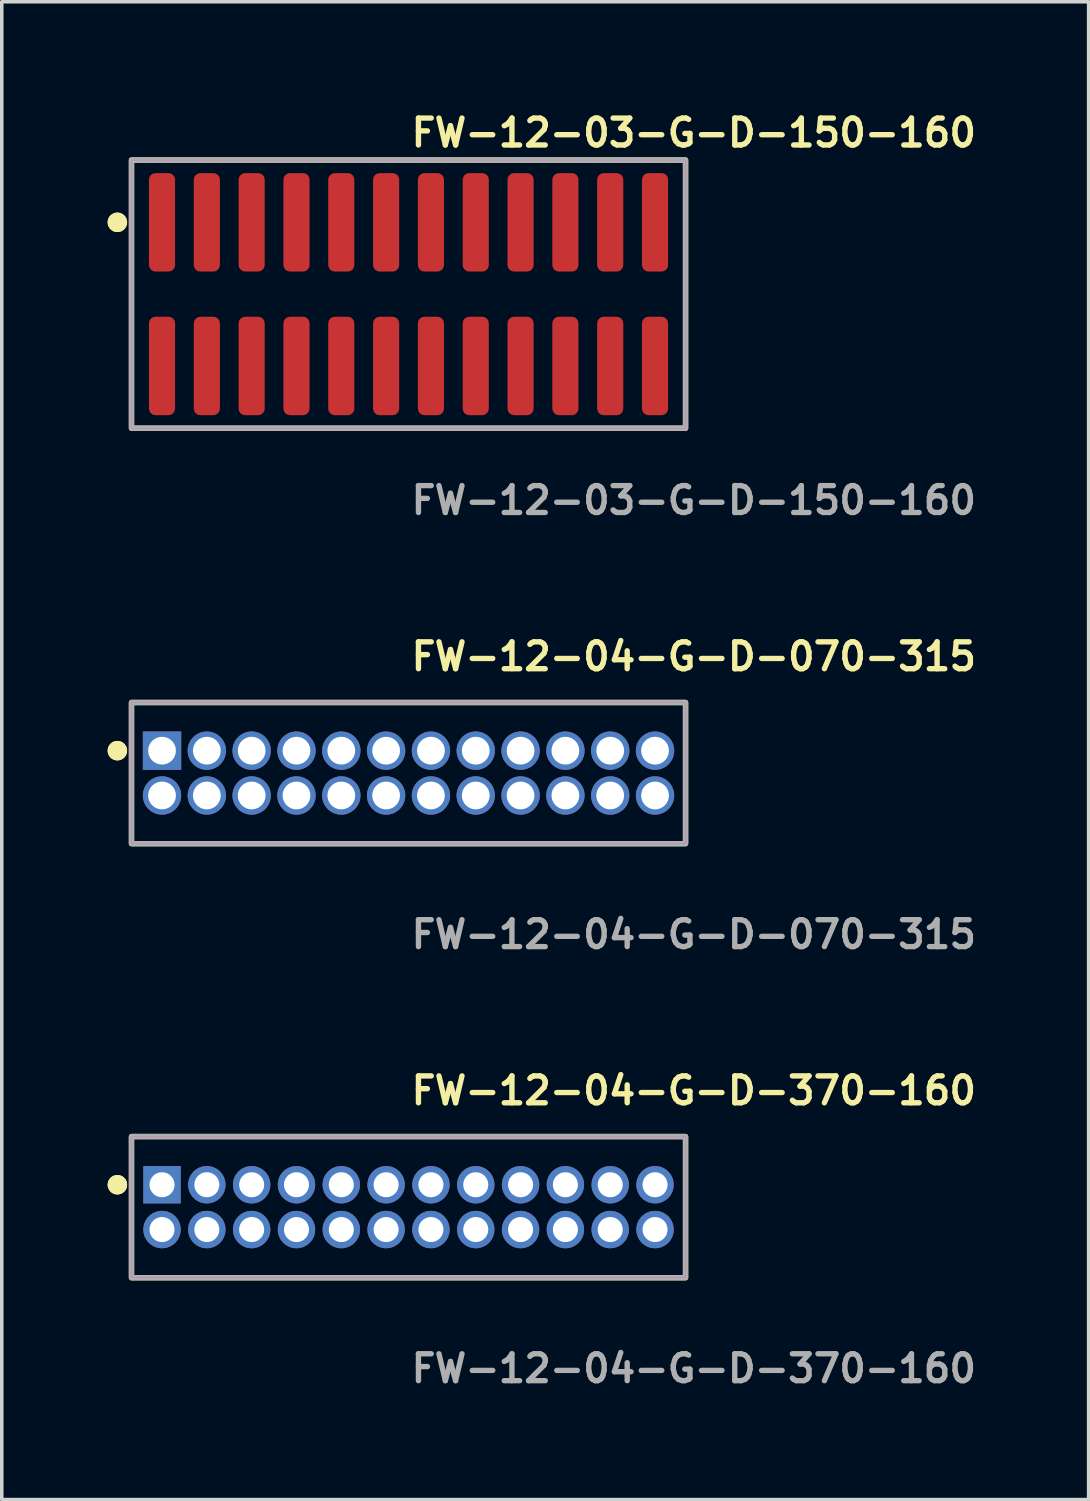
<source format=kicad_pcb>
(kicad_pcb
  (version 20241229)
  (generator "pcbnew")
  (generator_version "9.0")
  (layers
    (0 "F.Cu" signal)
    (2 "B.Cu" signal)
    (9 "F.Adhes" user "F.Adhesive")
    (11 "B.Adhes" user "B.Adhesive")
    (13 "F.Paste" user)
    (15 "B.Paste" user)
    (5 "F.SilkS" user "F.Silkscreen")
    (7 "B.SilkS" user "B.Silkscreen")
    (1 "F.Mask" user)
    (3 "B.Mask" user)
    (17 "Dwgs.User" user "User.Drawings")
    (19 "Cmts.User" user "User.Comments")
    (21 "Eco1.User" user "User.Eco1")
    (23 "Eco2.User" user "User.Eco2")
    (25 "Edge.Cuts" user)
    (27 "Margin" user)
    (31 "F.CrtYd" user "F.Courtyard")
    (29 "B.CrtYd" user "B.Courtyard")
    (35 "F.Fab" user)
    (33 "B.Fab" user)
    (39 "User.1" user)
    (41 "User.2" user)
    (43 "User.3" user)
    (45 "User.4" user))
  (footprint "FW-12-04-G-D-070-315"
    (layer "F.Cu")
    (at 8.526 18.856)
    (property "Reference" "FW-12-04-G-D-070-315" (at 0 -3.302 0) (unlocked yes) (layer "F.SilkS") (effects (font (size 0.762 0.762) (thickness 0.152)) (justify left)))
    (fp_rect (start -7.85 2) (end 7.85 -2) (stroke (width 0.152) (type solid)) (fill no) (layer "F.SilkS"))
    (fp_circle (center -8.25 -0.635) (end -8.45 -0.635) (stroke (width 0.152) (type solid)) (fill yes) (layer "F.SilkS"))
    (fp_circle (center -8.25 -0.635) (end -8.45 -0.635) (stroke (width 0.152) (type solid)) (fill yes) (layer "F.SilkS"))
    (fp_rect (start -7.85 2) (end 7.85 -2) (stroke (width 0.006) (type solid)) (fill no) (layer "F.CrtYd"))
    (fp_rect (start -7.85 2) (end 7.85 -2) (stroke (width 0.152) (type solid)) (fill no) (layer "F.Fab"))
    (fp_text user "${REFERENCE}" (at 0 4.572 0) (unlocked yes) (layer "F.Fab") (effects (font (size 0.762 0.762) (thickness 0.152)) (justify left)))
    (pad "1" thru_hole rect (at -6.985 -0.635) (size 1.087 1.087) (drill 0.787) (layers "*.Cu" "*.Mask"))
    (pad "2" thru_hole circle (at -6.985 0.635) (size 1.087 1.087) (drill 0.787) (layers "*.Cu" "*.Mask"))
    (pad "3" thru_hole circle (at -5.715 -0.635) (size 1.087 1.087) (drill 0.787) (layers "*.Cu" "*.Mask"))
    (pad "4" thru_hole circle (at -5.715 0.635) (size 1.087 1.087) (drill 0.787) (layers "*.Cu" "*.Mask"))
    (pad "5" thru_hole circle (at -4.445 -0.635) (size 1.087 1.087) (drill 0.787) (layers "*.Cu" "*.Mask"))
    (pad "6" thru_hole circle (at -4.445 0.635) (size 1.087 1.087) (drill 0.787) (layers "*.Cu" "*.Mask"))
    (pad "7" thru_hole circle (at -3.175 -0.635) (size 1.087 1.087) (drill 0.787) (layers "*.Cu" "*.Mask"))
    (pad "8" thru_hole circle (at -3.175 0.635) (size 1.087 1.087) (drill 0.787) (layers "*.Cu" "*.Mask"))
    (pad "9" thru_hole circle (at -1.905 -0.635) (size 1.087 1.087) (drill 0.787) (layers "*.Cu" "*.Mask"))
    (pad "10" thru_hole circle (at -1.905 0.635) (size 1.087 1.087) (drill 0.787) (layers "*.Cu" "*.Mask"))
    (pad "11" thru_hole circle (at -0.635 -0.635) (size 1.087 1.087) (drill 0.787) (layers "*.Cu" "*.Mask"))
    (pad "12" thru_hole circle (at -0.635 0.635) (size 1.087 1.087) (drill 0.787) (layers "*.Cu" "*.Mask"))
    (pad "13" thru_hole circle (at 0.635 -0.635) (size 1.087 1.087) (drill 0.787) (layers "*.Cu" "*.Mask"))
    (pad "14" thru_hole circle (at 0.635 0.635) (size 1.087 1.087) (drill 0.787) (layers "*.Cu" "*.Mask"))
    (pad "15" thru_hole circle (at 1.905 -0.635) (size 1.087 1.087) (drill 0.787) (layers "*.Cu" "*.Mask"))
    (pad "16" thru_hole circle (at 1.905 0.635) (size 1.087 1.087) (drill 0.787) (layers "*.Cu" "*.Mask"))
    (pad "17" thru_hole circle (at 3.175 -0.635) (size 1.087 1.087) (drill 0.787) (layers "*.Cu" "*.Mask"))
    (pad "18" thru_hole circle (at 3.175 0.635) (size 1.087 1.087) (drill 0.787) (layers "*.Cu" "*.Mask"))
    (pad "19" thru_hole circle (at 4.445 -0.635) (size 1.087 1.087) (drill 0.787) (layers "*.Cu" "*.Mask"))
    (pad "20" thru_hole circle (at 4.445 0.635) (size 1.087 1.087) (drill 0.787) (layers "*.Cu" "*.Mask"))
    (pad "21" thru_hole circle (at 5.715 -0.635) (size 1.087 1.087) (drill 0.787) (layers "*.Cu" "*.Mask"))
    (pad "22" thru_hole circle (at 5.715 0.635) (size 1.087 1.087) (drill 0.787) (layers "*.Cu" "*.Mask"))
    (pad "23" thru_hole circle (at 6.985 -0.635) (size 1.087 1.087) (drill 0.787) (layers "*.Cu" "*.Mask"))
    (pad "24" thru_hole circle (at 6.985 0.635) (size 1.087 1.087) (drill 0.787) (layers "*.Cu" "*.Mask")))
  (footprint "FW-12-03-G-D-150-160"
    (layer "F.Cu")
    (at 8.526 5.285)
    (property "Reference" "FW-12-03-G-D-150-160" (at 0 -4.572 0) (unlocked yes) (layer "F.SilkS") (effects (font (size 0.762 0.762) (thickness 0.152)) (justify left)))
    (fp_rect (start -7.85 3.8) (end 7.85 -3.8) (stroke (width 0.152) (type solid)) (fill no) (layer "F.SilkS"))
    (fp_circle (center -8.25 -2.035) (end -8.45 -2.035) (stroke (width 0.152) (type solid)) (fill yes) (layer "F.SilkS"))
    (fp_circle (center -8.25 -2.035) (end -8.45 -2.035) (stroke (width 0.152) (type solid)) (fill yes) (layer "F.SilkS"))
    (fp_rect (start -7.85 3.8) (end 7.85 -3.8) (stroke (width 0.006) (type solid)) (fill no) (layer "F.CrtYd"))
    (fp_rect (start -7.85 3.8) (end 7.85 -3.8) (stroke (width 0.152) (type solid)) (fill no) (layer "F.Fab"))
    (fp_text user "${REFERENCE}" (at 0 5.842 0) (unlocked yes) (layer "F.Fab") (effects (font (size 0.762 0.762) (thickness 0.152)) (justify left)))
    (pad "1" smd roundrect (at -6.985 -2.035) (size 0.74 2.79) (layers "F.Cu" "F.Paste") (roundrect_rratio 0.25))
    (pad "2" smd roundrect (at -6.985 2.035) (size 0.74 2.79) (layers "F.Cu" "F.Paste") (roundrect_rratio 0.25))
    (pad "3" smd roundrect (at -5.715 -2.035) (size 0.74 2.79) (layers "F.Cu" "F.Paste") (roundrect_rratio 0.25))
    (pad "4" smd roundrect (at -5.715 2.035) (size 0.74 2.79) (layers "F.Cu" "F.Paste") (roundrect_rratio 0.25))
    (pad "5" smd roundrect (at -4.445 -2.035) (size 0.74 2.79) (layers "F.Cu" "F.Paste") (roundrect_rratio 0.25))
    (pad "6" smd roundrect (at -4.445 2.035) (size 0.74 2.79) (layers "F.Cu" "F.Paste") (roundrect_rratio 0.25))
    (pad "7" smd roundrect (at -3.175 -2.035) (size 0.74 2.79) (layers "F.Cu" "F.Paste") (roundrect_rratio 0.25))
    (pad "8" smd roundrect (at -3.175 2.035) (size 0.74 2.79) (layers "F.Cu" "F.Paste") (roundrect_rratio 0.25))
    (pad "9" smd roundrect (at -1.905 -2.035) (size 0.74 2.79) (layers "F.Cu" "F.Paste") (roundrect_rratio 0.25))
    (pad "10" smd roundrect (at -1.905 2.035) (size 0.74 2.79) (layers "F.Cu" "F.Paste") (roundrect_rratio 0.25))
    (pad "11" smd roundrect (at -0.635 -2.035) (size 0.74 2.79) (layers "F.Cu" "F.Paste") (roundrect_rratio 0.25))
    (pad "12" smd roundrect (at -0.635 2.035) (size 0.74 2.79) (layers "F.Cu" "F.Paste") (roundrect_rratio 0.25))
    (pad "13" smd roundrect (at 0.635 -2.035) (size 0.74 2.79) (layers "F.Cu" "F.Paste") (roundrect_rratio 0.25))
    (pad "14" smd roundrect (at 0.635 2.035) (size 0.74 2.79) (layers "F.Cu" "F.Paste") (roundrect_rratio 0.25))
    (pad "15" smd roundrect (at 1.905 -2.035) (size 0.74 2.79) (layers "F.Cu" "F.Paste") (roundrect_rratio 0.25))
    (pad "16" smd roundrect (at 1.905 2.035) (size 0.74 2.79) (layers "F.Cu" "F.Paste") (roundrect_rratio 0.25))
    (pad "17" smd roundrect (at 3.175 -2.035) (size 0.74 2.79) (layers "F.Cu" "F.Paste") (roundrect_rratio 0.25))
    (pad "18" smd roundrect (at 3.175 2.035) (size 0.74 2.79) (layers "F.Cu" "F.Paste") (roundrect_rratio 0.25))
    (pad "19" smd roundrect (at 4.445 -2.035) (size 0.74 2.79) (layers "F.Cu" "F.Paste") (roundrect_rratio 0.25))
    (pad "20" smd roundrect (at 4.445 2.035) (size 0.74 2.79) (layers "F.Cu" "F.Paste") (roundrect_rratio 0.25))
    (pad "21" smd roundrect (at 5.715 -2.035) (size 0.74 2.79) (layers "F.Cu" "F.Paste") (roundrect_rratio 0.25))
    (pad "22" smd roundrect (at 5.715 2.035) (size 0.74 2.79) (layers "F.Cu" "F.Paste") (roundrect_rratio 0.25))
    (pad "23" smd roundrect (at 6.985 -2.035) (size 0.74 2.79) (layers "F.Cu" "F.Paste") (roundrect_rratio 0.25))
    (pad "24" smd roundrect (at 6.985 2.035) (size 0.74 2.79) (layers "F.Cu" "F.Paste") (roundrect_rratio 0.25)))
  (footprint "FW-12-04-G-D-370-160"
    (layer "F.Cu")
    (at 8.526 31.156)
    (property "Reference" "FW-12-04-G-D-370-160" (at 0 -3.302 0) (unlocked yes) (layer "F.SilkS") (effects (font (size 0.762 0.762) (thickness 0.152)) (justify left)))
    (fp_rect (start -7.85 2) (end 7.85 -2) (stroke (width 0.152) (type solid)) (fill no) (layer "F.SilkS"))
    (fp_circle (center -8.25 -0.635) (end -8.45 -0.635) (stroke (width 0.152) (type solid)) (fill yes) (layer "F.SilkS"))
    (fp_circle (center -8.25 -0.635) (end -8.45 -0.635) (stroke (width 0.152) (type solid)) (fill yes) (layer "F.SilkS"))
    (fp_rect (start -7.85 2) (end 7.85 -2) (stroke (width 0.006) (type solid)) (fill no) (layer "F.CrtYd"))
    (fp_rect (start -7.85 2) (end 7.85 -2) (stroke (width 0.152) (type solid)) (fill no) (layer "F.Fab"))
    (fp_text user "${REFERENCE}" (at 0 4.572 0) (unlocked yes) (layer "F.Fab") (effects (font (size 0.762 0.762) (thickness 0.152)) (justify left)))
    (pad "1" thru_hole rect (at -6.985 -0.635) (size 1.06 1.06) (drill 0.71) (layers "*.Cu" "*.Mask"))
    (pad "2" thru_hole circle (at -6.985 0.635) (size 1.06 1.06) (drill 0.71) (layers "*.Cu" "*.Mask"))
    (pad "3" thru_hole circle (at -5.715 -0.635) (size 1.06 1.06) (drill 0.71) (layers "*.Cu" "*.Mask"))
    (pad "4" thru_hole circle (at -5.715 0.635) (size 1.06 1.06) (drill 0.71) (layers "*.Cu" "*.Mask"))
    (pad "5" thru_hole circle (at -4.445 -0.635) (size 1.06 1.06) (drill 0.71) (layers "*.Cu" "*.Mask"))
    (pad "6" thru_hole circle (at -4.445 0.635) (size 1.06 1.06) (drill 0.71) (layers "*.Cu" "*.Mask"))
    (pad "7" thru_hole circle (at -3.175 -0.635) (size 1.06 1.06) (drill 0.71) (layers "*.Cu" "*.Mask"))
    (pad "8" thru_hole circle (at -3.175 0.635) (size 1.06 1.06) (drill 0.71) (layers "*.Cu" "*.Mask"))
    (pad "9" thru_hole circle (at -1.905 -0.635) (size 1.06 1.06) (drill 0.71) (layers "*.Cu" "*.Mask"))
    (pad "10" thru_hole circle (at -1.905 0.635) (size 1.06 1.06) (drill 0.71) (layers "*.Cu" "*.Mask"))
    (pad "11" thru_hole circle (at -0.635 -0.635) (size 1.06 1.06) (drill 0.71) (layers "*.Cu" "*.Mask"))
    (pad "12" thru_hole circle (at -0.635 0.635) (size 1.06 1.06) (drill 0.71) (layers "*.Cu" "*.Mask"))
    (pad "13" thru_hole circle (at 0.635 -0.635) (size 1.06 1.06) (drill 0.71) (layers "*.Cu" "*.Mask"))
    (pad "14" thru_hole circle (at 0.635 0.635) (size 1.06 1.06) (drill 0.71) (layers "*.Cu" "*.Mask"))
    (pad "15" thru_hole circle (at 1.905 -0.635) (size 1.06 1.06) (drill 0.71) (layers "*.Cu" "*.Mask"))
    (pad "16" thru_hole circle (at 1.905 0.635) (size 1.06 1.06) (drill 0.71) (layers "*.Cu" "*.Mask"))
    (pad "17" thru_hole circle (at 3.175 -0.635) (size 1.06 1.06) (drill 0.71) (layers "*.Cu" "*.Mask"))
    (pad "18" thru_hole circle (at 3.175 0.635) (size 1.06 1.06) (drill 0.71) (layers "*.Cu" "*.Mask"))
    (pad "19" thru_hole circle (at 4.445 -0.635) (size 1.06 1.06) (drill 0.71) (layers "*.Cu" "*.Mask"))
    (pad "20" thru_hole circle (at 4.445 0.635) (size 1.06 1.06) (drill 0.71) (layers "*.Cu" "*.Mask"))
    (pad "21" thru_hole circle (at 5.715 -0.635) (size 1.06 1.06) (drill 0.71) (layers "*.Cu" "*.Mask"))
    (pad "22" thru_hole circle (at 5.715 0.635) (size 1.06 1.06) (drill 0.71) (layers "*.Cu" "*.Mask"))
    (pad "23" thru_hole circle (at 6.985 -0.635) (size 1.06 1.06) (drill 0.71) (layers "*.Cu" "*.Mask"))
    (pad "24" thru_hole circle (at 6.985 0.635) (size 1.06 1.06) (drill 0.71) (layers "*.Cu" "*.Mask")))
  (gr_rect
    (start -3 -3)
    (end 27.797 39.441)
    (stroke (width 0.1) (type default))
    (fill no)
    (layer "Edge.Cuts")))
</source>
